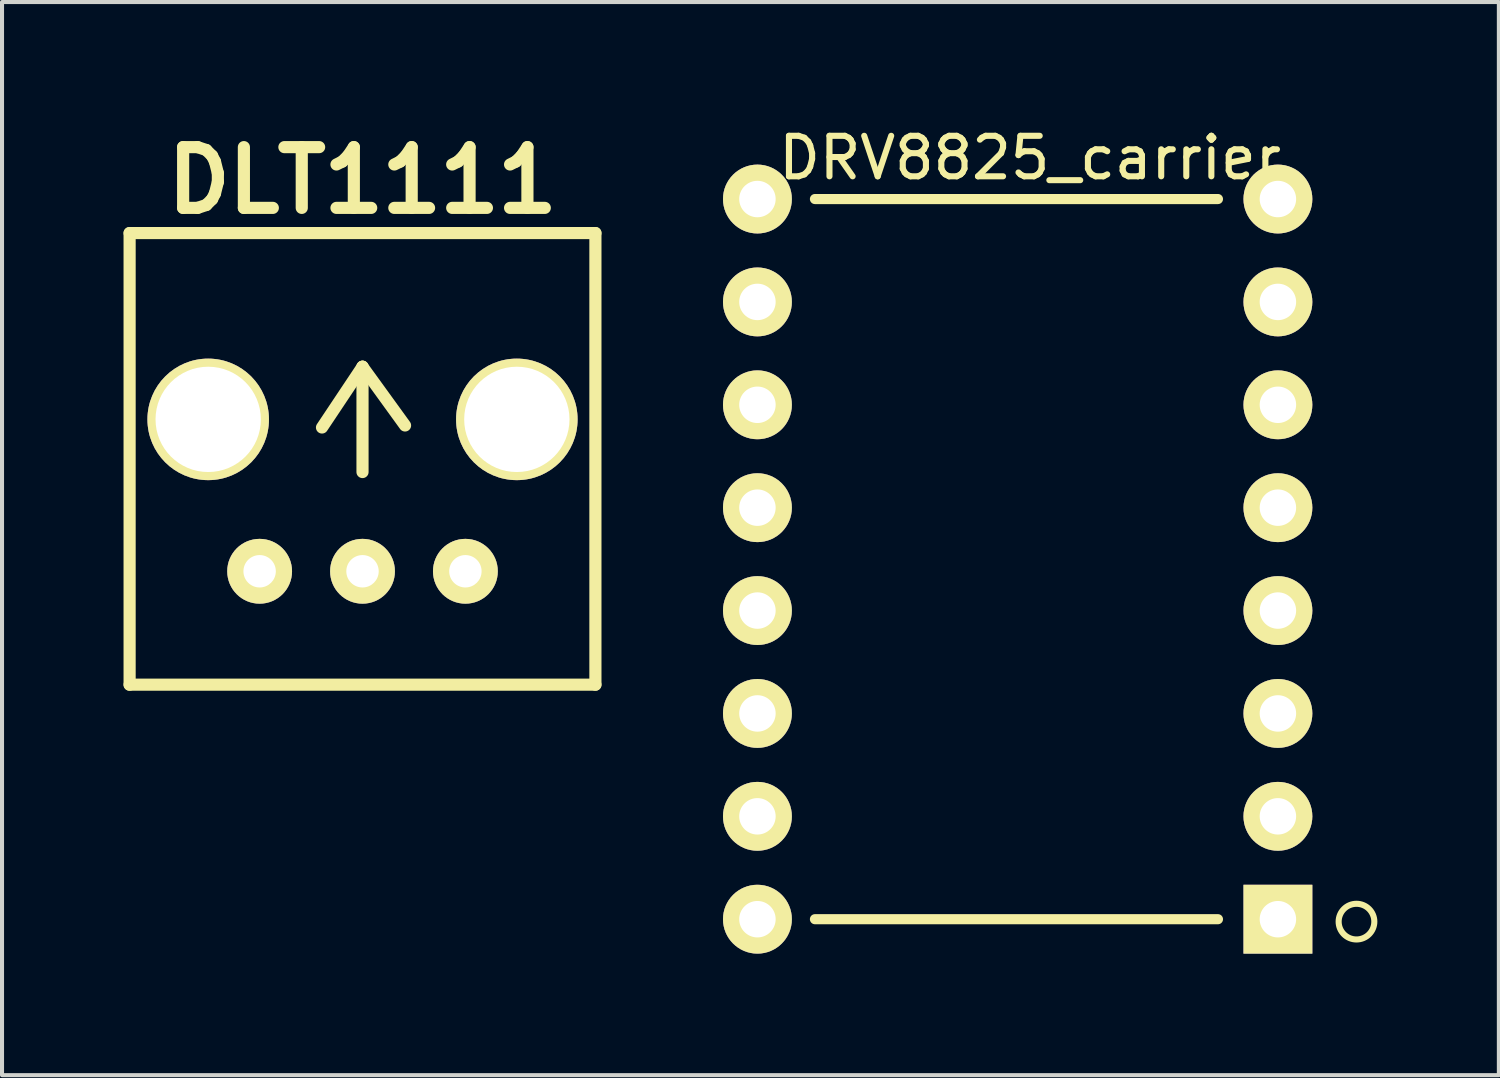
<source format=kicad_pcb>
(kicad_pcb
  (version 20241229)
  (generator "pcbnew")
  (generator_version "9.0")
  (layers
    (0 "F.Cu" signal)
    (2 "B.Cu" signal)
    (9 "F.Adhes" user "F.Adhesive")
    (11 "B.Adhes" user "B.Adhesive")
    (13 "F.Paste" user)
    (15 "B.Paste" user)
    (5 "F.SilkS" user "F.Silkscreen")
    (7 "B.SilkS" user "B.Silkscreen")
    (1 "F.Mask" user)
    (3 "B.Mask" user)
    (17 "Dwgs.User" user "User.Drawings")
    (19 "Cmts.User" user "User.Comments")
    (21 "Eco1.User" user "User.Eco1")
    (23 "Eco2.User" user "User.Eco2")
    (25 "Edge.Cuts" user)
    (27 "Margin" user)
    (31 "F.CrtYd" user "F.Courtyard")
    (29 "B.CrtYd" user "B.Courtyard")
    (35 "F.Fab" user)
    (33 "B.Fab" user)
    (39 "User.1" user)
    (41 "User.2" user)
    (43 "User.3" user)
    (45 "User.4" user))
  (footprint "DRV8825_carrier"
    (layer "F.Cu")
    (at 15.65 19.644)
    (property "Reference" "DRV8825_carrier" (at 6.731 -18.796 0) (layer "F.SilkS") (effects (font (size 1 1) (thickness 0.15))))
    (attr through_hole)
    (fp_line (start 1.42 -17.78) (end 11.37 -17.78) (stroke (width 0.25) (type solid)) (layer "F.SilkS"))
    (fp_line (start 1.42 0) (end 11.37 0) (stroke (width 0.25) (type solid)) (layer "F.SilkS"))
    (fp_circle (center 14.79 0.06) (end 15.13 0.34) (stroke (width 0.15) (type solid)) (fill no) (layer "F.SilkS"))
    (pad "1" thru_hole rect (at 12.85 0) (size 1.7 1.7) (drill 0.9) (layers "*.Cu" "*.Mask" "F.SilkS"))
    (pad "2" thru_hole circle (at 12.85 -2.54) (size 1.7 1.7) (drill 0.9) (layers "*.Cu" "*.Mask" "F.SilkS"))
    (pad "3" thru_hole circle (at 12.85 -5.08) (size 1.7 1.7) (drill 0.9) (layers "*.Cu" "*.Mask" "F.SilkS"))
    (pad "4" thru_hole circle (at 12.85 -7.62) (size 1.7 1.7) (drill 0.9) (layers "*.Cu" "*.Mask" "F.SilkS"))
    (pad "5" thru_hole circle (at 12.85 -10.16) (size 1.7 1.7) (drill 0.9) (layers "*.Cu" "*.Mask" "F.SilkS"))
    (pad "6" thru_hole circle (at 12.85 -12.7) (size 1.7 1.7) (drill 0.9) (layers "*.Cu" "*.Mask" "F.SilkS"))
    (pad "7" thru_hole circle (at 12.85 -15.24) (size 1.7 1.7) (drill 0.9) (layers "*.Cu" "*.Mask" "F.SilkS"))
    (pad "8" thru_hole circle (at 12.85 -17.78) (size 1.7 1.7) (drill 0.9) (layers "*.Cu" "*.Mask" "F.SilkS"))
    (pad "9" thru_hole circle (at 0 -17.78) (size 1.7 1.7) (drill 0.9) (layers "*.Cu" "*.Mask" "F.SilkS"))
    (pad "10" thru_hole circle (at 0 -15.24) (size 1.7 1.7) (drill 0.9) (layers "*.Cu" "*.Mask" "F.SilkS"))
    (pad "11" thru_hole circle (at 0 -12.7) (size 1.7 1.7) (drill 0.9) (layers "*.Cu" "*.Mask" "F.SilkS"))
    (pad "12" thru_hole circle (at 0 -10.16) (size 1.7 1.7) (drill 0.9) (layers "*.Cu" "*.Mask" "F.SilkS"))
    (pad "13" thru_hole circle (at 0 -7.62) (size 1.7 1.7) (drill 0.9) (layers "*.Cu" "*.Mask" "F.SilkS"))
    (pad "14" thru_hole circle (at 0 -5.08) (size 1.7 1.7) (drill 0.9) (layers "*.Cu" "*.Mask" "F.SilkS"))
    (pad "15" thru_hole circle (at 0 -2.54) (size 1.7 1.7) (drill 0.9) (layers "*.Cu" "*.Mask" "F.SilkS"))
    (pad "16" thru_hole circle (at 0 0) (size 1.7 1.7) (drill 0.9) (layers "*.Cu" "*.Mask" "F.SilkS")))
  (footprint "DLT1111"
    (layer "F.Cu")
    (at 5.9 11.054)
    (property "Reference" "DLT1111" (at 0 -9.65 0) (layer "F.SilkS") (effects (font (size 1.5 1.5) (thickness 0.3))))
    (attr through_hole)
    (fp_line (start -5.75 -8.35) (end 5.75 -8.35) (stroke (width 0.3) (type solid)) (layer "F.SilkS"))
    (fp_line (start -5.75 2.8) (end -5.75 -8.35) (stroke (width 0.3) (type solid)) (layer "F.SilkS"))
    (fp_line (start -5.75 2.8) (end 5.75 2.8) (stroke (width 0.3) (type solid)) (layer "F.SilkS"))
    (fp_line (start 0 -5.05) (end -1 -3.55) (stroke (width 0.3) (type solid)) (layer "F.SilkS"))
    (fp_line (start 0 -5.05) (end 1.05 -3.6) (stroke (width 0.3) (type solid)) (layer "F.SilkS"))
    (fp_line (start 0 -2.45) (end 0 -5.05) (stroke (width 0.3) (type solid)) (layer "F.SilkS"))
    (fp_line (start 5.75 2.8) (end 5.75 -8.35) (stroke (width 0.3) (type solid)) (layer "F.SilkS"))
    (pad "1" thru_hole circle (at -3.81 -3.75) (size 3 3) (drill 2.6) (layers "*.Cu" "*.Mask" "F.SilkS"))
    (pad "1" thru_hole circle (at -2.54 0) (size 1.6 1.6) (drill 0.8) (layers "*.Cu" "*.Mask" "F.SilkS"))
    (pad "1" thru_hole circle (at 3.81 -3.75) (size 3 3) (drill 2.6) (layers "*.Cu" "*.Mask" "F.SilkS"))
    (pad "2" thru_hole circle (at 0 0) (size 1.6 1.6) (drill 0.8) (layers "*.Cu" "*.Mask" "F.SilkS"))
    (pad "3" thru_hole circle (at 2.54 0) (size 1.6 1.6) (drill 0.8) (layers "*.Cu" "*.Mask" "F.SilkS")))
  (gr_rect
    (start -3 -3)
    (end 33.955 23.494)
    (stroke (width 0.1) (type default))
    (fill no)
    (layer "Edge.Cuts")))
</source>
